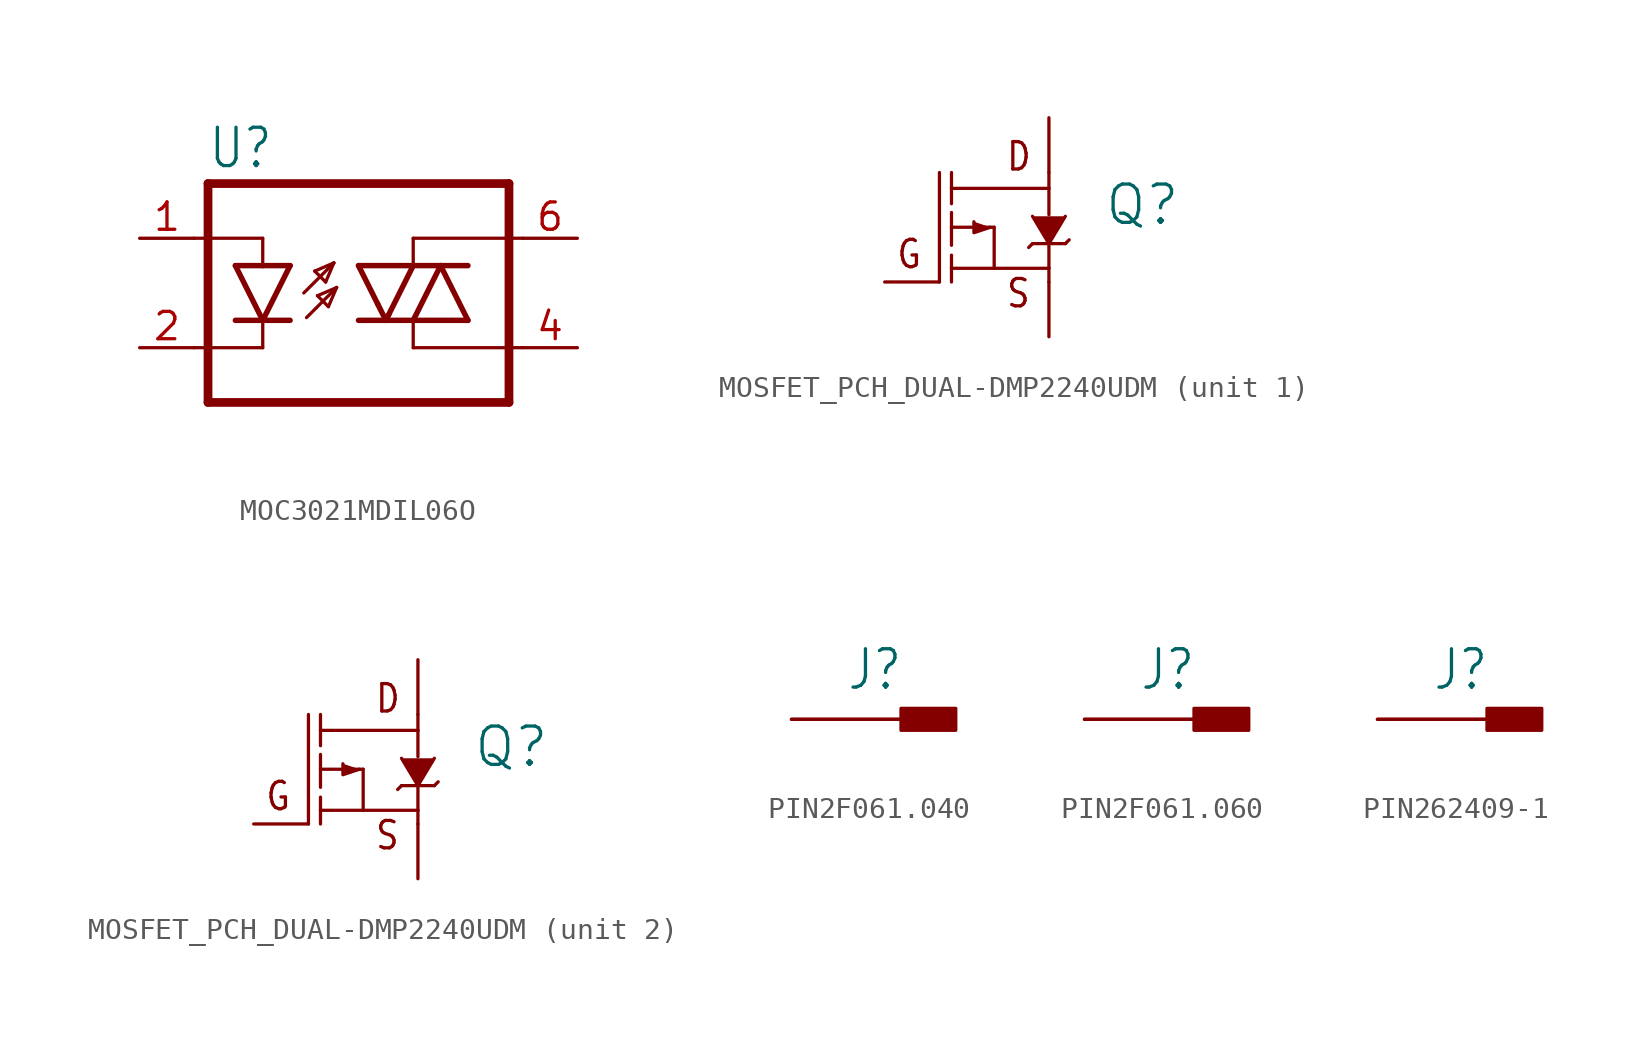
<source format=kicad_sym>
(kicad_symbol_lib
  (version 20220914)
  (generator kicad_symbol_editor)
  (symbol "MOC3021MDIL06O"
    (property "Reference" "U"
      (at -7.01 5.69 0)
      (effects (font (size 1.778 1.511)) (justify left bottom)))
    (property "Value" ""
      (at -7.01 -7.544 0)
      (effects (font (size 1.778 1.511)) (justify left bottom)))
    (property "ki_locked" ""
      (at 0 0 0)
      (effects (font (size 1.27 1.27))))
    (symbol "MOC3021MDIL06O_1_0"
      (polyline (pts (xy -7.62 -2.54) (xy -4.445 -2.54)) (stroke (width 0.152) (type solid)) (fill (type none)))
      (polyline (pts (xy -7.62 2.54) (xy -4.445 2.54)) (stroke (width 0.152) (type solid)) (fill (type none)))
      (polyline (pts (xy -6.985 -5.08) (xy 6.985 -5.08)) (stroke (width 0.406) (type solid)) (fill (type none)))
      (polyline (pts (xy -6.985 5.08) (xy -6.985 -5.08)) (stroke (width 0.406) (type solid)) (fill (type none)))
      (polyline (pts (xy -6.985 5.08) (xy 6.985 5.08)) (stroke (width 0.406) (type solid)) (fill (type none)))
      (polyline (pts (xy -4.445 -1.27) (xy -5.715 -1.27)) (stroke (width 0.254) (type solid)) (fill (type none)))
      (polyline (pts (xy -4.445 -1.27) (xy -5.715 1.27)) (stroke (width 0.254) (type solid)) (fill (type none)))
      (polyline (pts (xy -4.445 -1.27) (xy -4.445 -2.54)) (stroke (width 0.152) (type solid)) (fill (type none)))
      (polyline (pts (xy -4.445 1.27) (xy -5.715 1.27)) (stroke (width 0.254) (type solid)) (fill (type none)))
      (polyline (pts (xy -4.445 2.54) (xy -4.445 1.27)) (stroke (width 0.152) (type solid)) (fill (type none)))
      (polyline (pts (xy -3.175 -1.27) (xy -4.445 -1.27)) (stroke (width 0.254) (type solid)) (fill (type none)))
      (polyline (pts (xy -3.175 1.27) (xy -4.445 -1.27)) (stroke (width 0.254) (type solid)) (fill (type none)))
      (polyline (pts (xy -3.175 1.27) (xy -4.445 1.27)) (stroke (width 0.254) (type solid)) (fill (type none)))
      (polyline (pts (xy -2.54 0) (xy -1.143 1.397)) (stroke (width 0.152) (type solid)) (fill (type none)))
      (polyline (pts (xy -2.413 -1.143) (xy -1.016 0.254)) (stroke (width 0.152) (type solid)) (fill (type none)))
      (polyline (pts (xy -2.032 1.016) (xy -1.524 0.508)) (stroke (width 0.152) (type solid)) (fill (type none)))
      (polyline (pts (xy -1.905 -0.127) (xy -1.397 -0.635)) (stroke (width 0.152) (type solid)) (fill (type none)))
      (polyline (pts (xy -1.524 0.508) (xy -1.143 1.397)) (stroke (width 0.152) (type solid)) (fill (type none)))
      (polyline (pts (xy -1.397 -0.635) (xy -1.016 0.254)) (stroke (width 0.152) (type solid)) (fill (type none)))
      (polyline (pts (xy -1.143 1.397) (xy -2.032 1.016)) (stroke (width 0.152) (type solid)) (fill (type none)))
      (polyline (pts (xy -1.016 0.254) (xy -1.905 -0.127)) (stroke (width 0.152) (type solid)) (fill (type none)))
      (polyline (pts (xy 0.889 -0.508) (xy 0 1.27)) (stroke (width 0.254) (type solid)) (fill (type none)))
      (polyline (pts (xy 1.27 -1.27) (xy 0 -1.27)) (stroke (width 0.254) (type solid)) (fill (type none)))
      (polyline (pts (xy 1.27 -1.27) (xy 0.889 -0.508)) (stroke (width 0.254) (type solid)) (fill (type none)))
      (polyline (pts (xy 1.397 -1.016) (xy 1.27 -1.27)) (stroke (width 0.254) (type solid)) (fill (type none)))
      (polyline (pts (xy 2.54 -2.54) (xy 2.54 -1.27)) (stroke (width 0.152) (type solid)) (fill (type none)))
      (polyline (pts (xy 2.54 -2.54) (xy 7.62 -2.54)) (stroke (width 0.152) (type solid)) (fill (type none)))
      (polyline (pts (xy 2.54 -1.27) (xy 1.27 -1.27)) (stroke (width 0.254) (type solid)) (fill (type none)))
      (polyline (pts (xy 2.54 -1.27) (xy 3.81 1.27)) (stroke (width 0.254) (type solid)) (fill (type none)))
      (polyline (pts (xy 2.54 -1.27) (xy 5.08 -1.27)) (stroke (width 0.254) (type solid)) (fill (type none)))
      (polyline (pts (xy 2.54 1.27) (xy 0 1.27)) (stroke (width 0.254) (type solid)) (fill (type none)))
      (polyline (pts (xy 2.54 1.27) (xy 1.397 -1.016)) (stroke (width 0.254) (type solid)) (fill (type none)))
      (polyline (pts (xy 2.54 1.27) (xy 3.81 1.27)) (stroke (width 0.254) (type solid)) (fill (type none)))
      (polyline (pts (xy 2.54 2.54) (xy 2.54 1.27)) (stroke (width 0.152) (type solid)) (fill (type none)))
      (polyline (pts (xy 2.54 2.54) (xy 7.62 2.54)) (stroke (width 0.152) (type solid)) (fill (type none)))
      (polyline (pts (xy 3.81 1.27) (xy 5.08 -1.27)) (stroke (width 0.254) (type solid)) (fill (type none)))
      (polyline (pts (xy 3.81 1.27) (xy 5.08 1.27)) (stroke (width 0.254) (type solid)) (fill (type none)))
      (polyline (pts (xy 6.985 -5.08) (xy 6.985 5.08)) (stroke (width 0.406) (type solid)) (fill (type none)))
      (pin passive line (at -10.16 2.54 0) (length 2.54) (name "A" (effects (font (size 0 0)))) (number "1" (effects (font (size 1.27 1.27)))))
      (pin passive line (at -10.16 -2.54 0) (length 2.54) (name "C" (effects (font (size 0 0)))) (number "2" (effects (font (size 1.27 1.27)))))
      (pin passive line (at 10.16 -2.54 180) (length 2.54) (name "A1" (effects (font (size 0 0)))) (number "4" (effects (font (size 1.27 1.27)))))
      (pin passive line (at 10.16 2.54 180) (length 2.54) (name "A2" (effects (font (size 0 0)))) (number "6" (effects (font (size 1.27 1.27)))))))
  (symbol "MOSFET_PCH_DUAL-DMP2240UDM"
    (property "Reference" "Q"
      (at 5.08 0 0)
      (effects (font (size 1.778 1.778)) (justify left bottom)))
    (property "Value" ""
      (at 5.08 -2.54 0)
      (effects (font (size 1.778 1.778)) (justify left bottom)))
    (property "ki_locked" ""
      (at 0 0 0)
      (effects (font (size 1.27 1.27))))
    (symbol "MOSFET_PCH_DUAL-DMP2240UDM_1_0"
      (polyline (pts (xy -2.54 -2.54) (xy -2.54 2.54)) (stroke (width 0.152) (type solid)) (fill (type none)))
      (polyline (pts (xy -1.981 -1.905) (xy -1.981 -2.54)) (stroke (width 0.152) (type solid)) (fill (type none)))
      (polyline (pts (xy -1.981 -1.905) (xy 0 -1.905)) (stroke (width 0.152) (type solid)) (fill (type none)))
      (polyline (pts (xy -1.981 -1.295) (xy -1.981 -1.905)) (stroke (width 0.152) (type solid)) (fill (type none)))
      (polyline (pts (xy -1.981 0) (xy -1.981 -0.838)) (stroke (width 0.152) (type solid)) (fill (type none)))
      (polyline (pts (xy -1.981 0.686) (xy -1.981 0)) (stroke (width 0.152) (type solid)) (fill (type none)))
      (polyline (pts (xy -1.981 1.803) (xy -1.981 1.092)) (stroke (width 0.152) (type solid)) (fill (type none)))
      (polyline (pts (xy -1.981 1.803) (xy 2.54 1.803)) (stroke (width 0.152) (type solid)) (fill (type none)))
      (polyline (pts (xy -1.981 2.54) (xy -1.981 1.803)) (stroke (width 0.152) (type solid)) (fill (type none)))
      (polyline (pts (xy 0 -1.905) (xy 0 0)) (stroke (width 0.152) (type solid)) (fill (type none)))
      (polyline (pts (xy 0 0) (xy -1.981 0)) (stroke (width 0.152) (type solid)) (fill (type none)))
      (polyline (pts (xy 1.778 -0.762) (xy 1.6 -0.94)) (stroke (width 0.152) (type solid)) (fill (type none)))
      (polyline (pts (xy 1.778 -0.762) (xy 3.302 -0.762)) (stroke (width 0.152) (type solid)) (fill (type none)))
      (polyline (pts (xy 2.54 -2.54) (xy 2.54 -1.905)) (stroke (width 0.152) (type solid)) (fill (type none)))
      (polyline (pts (xy 2.54 -1.905) (xy 0 -1.905)) (stroke (width 0.152) (type solid)) (fill (type none)))
      (polyline (pts (xy 2.54 -1.905) (xy 2.54 -0.787)) (stroke (width 0.152) (type solid)) (fill (type none)))
      (polyline (pts (xy 2.54 1.803) (xy 2.54 0.584)) (stroke (width 0.152) (type solid)) (fill (type none)))
      (polyline (pts (xy 2.54 2.54) (xy 2.54 1.803)) (stroke (width 0.152) (type solid)) (fill (type none)))
      (polyline (pts (xy 3.48 -0.584) (xy 3.302 -0.762)) (stroke (width 0.152) (type solid)) (fill (type none)))
      (polyline (pts (xy -0.178 0) (xy -0.94 -0.254) (xy -0.94 0.254)) (stroke (width 0.152) (type solid)) (fill (type outline)))
      (polyline (pts (xy 3.302 0.508) (xy 2.54 -0.762) (xy 1.778 0.508)) (stroke (width 0.152) (type solid)) (fill (type outline)))
      (text "D" (at 0.508 2.54 0) (effects (font (size 1.27 1.079)) (justify left bottom)))
      (text "G" (at -3.302 -0.508 0) (effects (font (size 1.27 1.079)) (justify right top)))
      (text "S" (at 0.508 -3.81 0) (effects (font (size 1.27 1.079)) (justify left bottom)))
      (pin bidirectional line (at 2.54 5.08 270) (length 2.54) (name "D" (effects (font (size 0 0)))) (number "D1" (effects (font (size 0 0)))))
      (pin bidirectional line (at -5.08 -2.54 0) (length 2.54) (name "G" (effects (font (size 0 0)))) (number "G1" (effects (font (size 0 0)))))
      (pin bidirectional line (at 2.54 -5.08 90) (length 2.54) (name "S" (effects (font (size 0 0)))) (number "S1" (effects (font (size 0 0))))))
    (symbol "MOSFET_PCH_DUAL-DMP2240UDM_2_0"
      (polyline (pts (xy -2.54 -2.54) (xy -2.54 2.54)) (stroke (width 0.152) (type solid)) (fill (type none)))
      (polyline (pts (xy -1.981 -1.905) (xy -1.981 -2.54)) (stroke (width 0.152) (type solid)) (fill (type none)))
      (polyline (pts (xy -1.981 -1.905) (xy 0 -1.905)) (stroke (width 0.152) (type solid)) (fill (type none)))
      (polyline (pts (xy -1.981 -1.295) (xy -1.981 -1.905)) (stroke (width 0.152) (type solid)) (fill (type none)))
      (polyline (pts (xy -1.981 0) (xy -1.981 -0.838)) (stroke (width 0.152) (type solid)) (fill (type none)))
      (polyline (pts (xy -1.981 0.686) (xy -1.981 0)) (stroke (width 0.152) (type solid)) (fill (type none)))
      (polyline (pts (xy -1.981 1.803) (xy -1.981 1.092)) (stroke (width 0.152) (type solid)) (fill (type none)))
      (polyline (pts (xy -1.981 1.803) (xy 2.54 1.803)) (stroke (width 0.152) (type solid)) (fill (type none)))
      (polyline (pts (xy -1.981 2.54) (xy -1.981 1.803)) (stroke (width 0.152) (type solid)) (fill (type none)))
      (polyline (pts (xy 0 -1.905) (xy 0 0)) (stroke (width 0.152) (type solid)) (fill (type none)))
      (polyline (pts (xy 0 0) (xy -1.981 0)) (stroke (width 0.152) (type solid)) (fill (type none)))
      (polyline (pts (xy 1.778 -0.762) (xy 1.6 -0.94)) (stroke (width 0.152) (type solid)) (fill (type none)))
      (polyline (pts (xy 1.778 -0.762) (xy 3.302 -0.762)) (stroke (width 0.152) (type solid)) (fill (type none)))
      (polyline (pts (xy 2.54 -2.54) (xy 2.54 -1.905)) (stroke (width 0.152) (type solid)) (fill (type none)))
      (polyline (pts (xy 2.54 -1.905) (xy 0 -1.905)) (stroke (width 0.152) (type solid)) (fill (type none)))
      (polyline (pts (xy 2.54 -1.905) (xy 2.54 -0.787)) (stroke (width 0.152) (type solid)) (fill (type none)))
      (polyline (pts (xy 2.54 1.803) (xy 2.54 0.584)) (stroke (width 0.152) (type solid)) (fill (type none)))
      (polyline (pts (xy 2.54 2.54) (xy 2.54 1.803)) (stroke (width 0.152) (type solid)) (fill (type none)))
      (polyline (pts (xy 3.48 -0.584) (xy 3.302 -0.762)) (stroke (width 0.152) (type solid)) (fill (type none)))
      (polyline (pts (xy -0.178 0) (xy -0.94 -0.254) (xy -0.94 0.254)) (stroke (width 0.152) (type solid)) (fill (type outline)))
      (polyline (pts (xy 3.302 0.508) (xy 2.54 -0.762) (xy 1.778 0.508)) (stroke (width 0.152) (type solid)) (fill (type outline)))
      (text "D" (at 0.508 2.54 0) (effects (font (size 1.27 1.079)) (justify left bottom)))
      (text "G" (at -3.302 -0.508 0) (effects (font (size 1.27 1.079)) (justify right top)))
      (text "S" (at 0.508 -3.81 0) (effects (font (size 1.27 1.079)) (justify left bottom)))
      (pin bidirectional line (at 2.54 5.08 270) (length 2.54) (name "D" (effects (font (size 0 0)))) (number "D2" (effects (font (size 0 0)))))
      (pin bidirectional line (at -5.08 -2.54 0) (length 2.54) (name "G" (effects (font (size 0 0)))) (number "G2" (effects (font (size 0 0)))))
      (pin bidirectional line (at 2.54 -5.08 90) (length 2.54) (name "S" (effects (font (size 0 0)))) (number "S2" (effects (font (size 0 0)))))))
  (symbol "PIN2F061.040"
    (property "Reference" "J"
      (at -2.54 1.27 0)
      (effects (font (size 1.778 1.511)) (justify left bottom)))
    (property "Value" ""
      (at -2.54 -2.54 0)
      (effects (font (size 1.778 1.511)) (justify left bottom)))
    (property "ki_locked" ""
      (at 0 0 0)
      (effects (font (size 1.27 1.27))))
    (symbol "PIN2F061.040_1_0"
      (rectangle (start 0 -0.508) (end 2.54 0.508) (stroke (width 0) (type default)) (fill (type outline)))
      (pin passive line (at -5.08 0 0) (length 5.08) (name "1" (effects (font (size 0 0)))) (number "A1" (effects (font (size 0 0)))))
      (pin passive line (at -5.08 0 0) (length 5.08) (name "1" (effects (font (size 0 0)))) (number "A2" (effects (font (size 0 0)))))))
  (symbol "PIN2F061.060"
    (property "Reference" "J"
      (at -2.54 1.27 0)
      (effects (font (size 1.778 1.511)) (justify left bottom)))
    (property "Value" ""
      (at -2.54 -2.54 0)
      (effects (font (size 1.778 1.511)) (justify left bottom)))
    (property "ki_locked" ""
      (at 0 0 0)
      (effects (font (size 1.27 1.27))))
    (symbol "PIN2F061.060_1_0"
      (rectangle (start 0 -0.508) (end 2.54 0.508) (stroke (width 0) (type default)) (fill (type outline)))
      (pin passive line (at -5.08 0 0) (length 5.08) (name "1" (effects (font (size 0 0)))) (number "A1" (effects (font (size 0 0)))))
      (pin passive line (at -5.08 0 0) (length 5.08) (name "1" (effects (font (size 0 0)))) (number "A2" (effects (font (size 0 0)))))))
  (symbol "PIN262409-1"
    (property "Reference" "J"
      (at -2.54 1.27 0)
      (effects (font (size 1.778 1.511)) (justify left bottom)))
    (property "Value" ""
      (at -2.54 -2.54 0)
      (effects (font (size 1.778 1.511)) (justify left bottom)))
    (property "ki_locked" ""
      (at 0 0 0)
      (effects (font (size 1.27 1.27))))
    (symbol "PIN262409-1_1_0"
      (rectangle (start 0 -0.508) (end 2.54 0.508) (stroke (width 0) (type default)) (fill (type outline)))
      (pin passive line (at -5.08 0 0) (length 5.08) (name "1" (effects (font (size 0 0)))) (number "A1" (effects (font (size 0 0)))))
      (pin passive line (at -5.08 0 0) (length 5.08) (name "1" (effects (font (size 0 0)))) (number "A2" (effects (font (size 0 0))))))))
</source>
